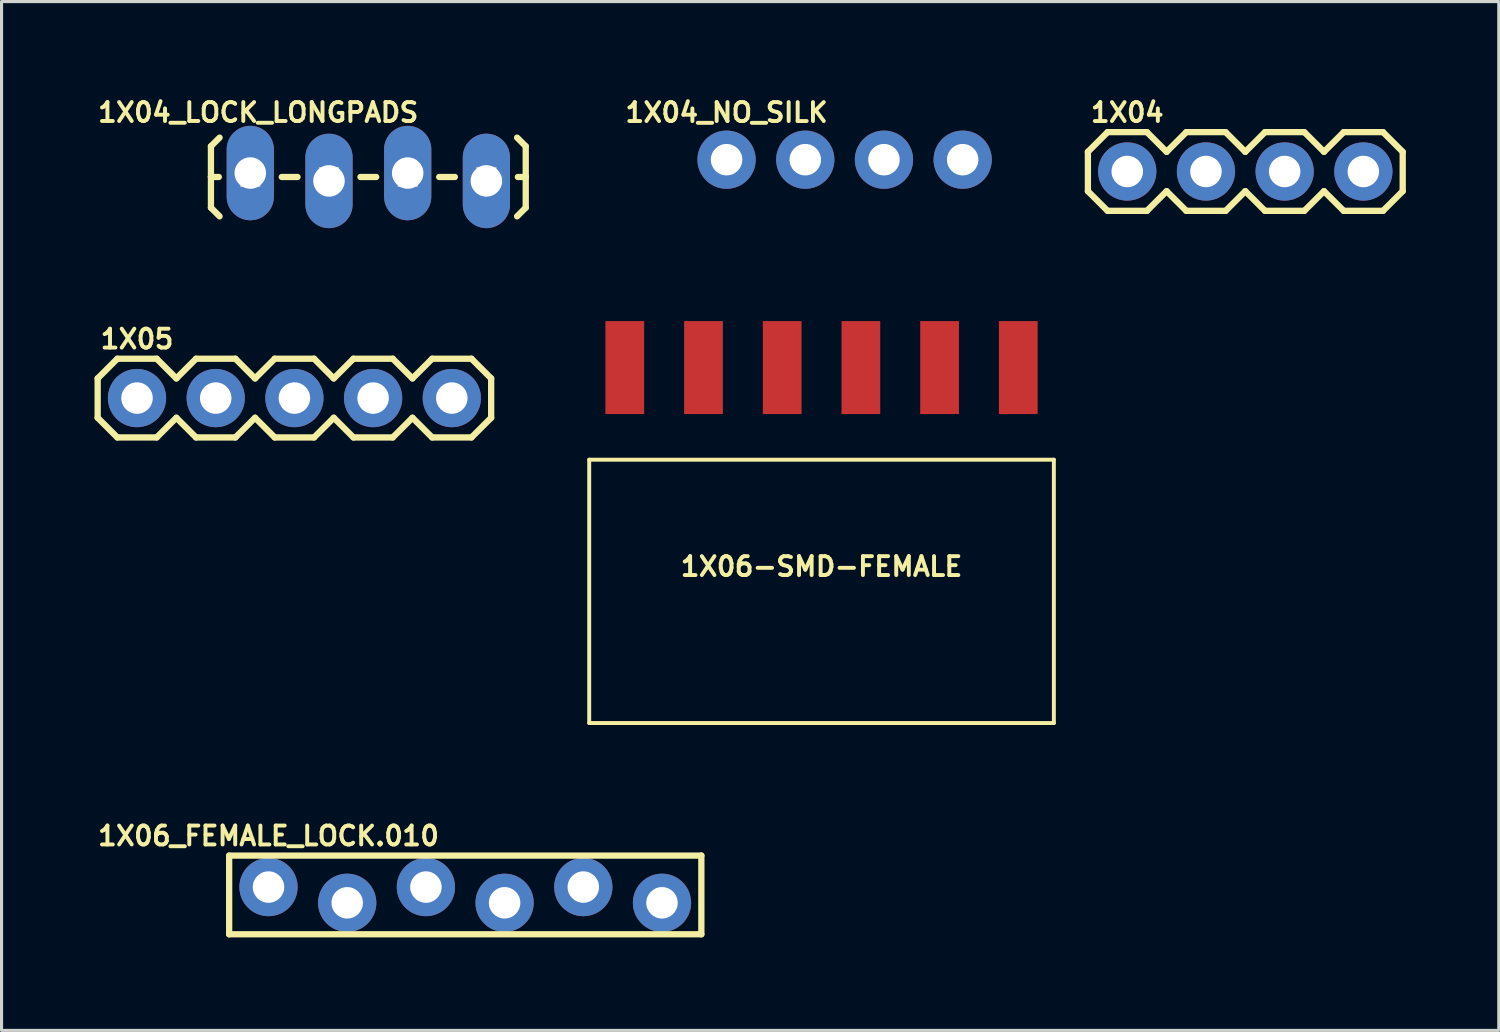
<source format=kicad_pcb>
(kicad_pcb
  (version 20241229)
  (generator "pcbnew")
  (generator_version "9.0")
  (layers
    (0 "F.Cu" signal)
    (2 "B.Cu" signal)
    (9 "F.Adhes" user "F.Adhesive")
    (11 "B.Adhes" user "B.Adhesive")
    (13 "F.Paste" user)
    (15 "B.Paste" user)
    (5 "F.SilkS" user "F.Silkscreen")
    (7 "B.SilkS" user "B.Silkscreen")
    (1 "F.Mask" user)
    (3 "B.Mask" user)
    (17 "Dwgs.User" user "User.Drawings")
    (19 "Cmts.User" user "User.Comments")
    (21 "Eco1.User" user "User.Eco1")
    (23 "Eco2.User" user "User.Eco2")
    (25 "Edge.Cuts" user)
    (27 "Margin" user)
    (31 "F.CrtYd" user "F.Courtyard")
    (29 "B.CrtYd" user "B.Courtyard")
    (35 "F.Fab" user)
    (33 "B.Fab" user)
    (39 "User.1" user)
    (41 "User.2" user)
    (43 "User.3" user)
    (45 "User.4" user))
  (footprint "1X06-SMD-FEMALE"
    (layer "F.Cu")
    (at 23.465 12.237)
    (property "Reference" "1X06-SMD-FEMALE" (at 0 2.997 0) (layer "F.SilkS") (effects (font (size 0.61 0.61) (thickness 0.127))))
    (attr smd)
    (fp_line (start -7.498 -0.45) (end -7.498 8.049) (stroke (width 0.127) (type solid)) (layer "F.SilkS"))
    (fp_line (start -7.498 8.049) (end 7.498 8.049) (stroke (width 0.127) (type solid)) (layer "F.SilkS"))
    (fp_line (start 7.498 -0.45) (end -7.498 -0.45) (stroke (width 0.127) (type solid)) (layer "F.SilkS"))
    (fp_line (start 7.498 8.049) (end 7.498 -0.45) (stroke (width 0.127) (type solid)) (layer "F.SilkS"))
    (pad "1" smd rect (at 6.35 -3.424 180) (size 1.25 3) (layers "F.Cu" "F.Mask" "F.Paste"))
    (pad "2" smd rect (at 3.81 -3.424 180) (size 1.25 3) (layers "F.Cu" "F.Mask" "F.Paste"))
    (pad "3" smd rect (at 1.27 -3.424 180) (size 1.25 3) (layers "F.Cu" "F.Mask" "F.Paste"))
    (pad "4" smd rect (at -1.27 -3.424 180) (size 1.25 3) (layers "F.Cu" "F.Mask" "F.Paste"))
    (pad "5" smd rect (at -3.81 -3.424 180) (size 1.25 3) (layers "F.Cu" "F.Mask" "F.Paste"))
    (pad "6" smd rect (at -6.35 -3.424 180) (size 1.25 3) (layers "F.Cu" "F.Mask" "F.Paste")))
  (footprint "1X04"
    (layer "F.Cu")
    (at 33.332 2.485)
    (property "Reference" "1X04" (at 0 -1.905 0) (layer "F.SilkS") (effects (font (size 0.61 0.61) (thickness 0.127))))
    (attr exclude_from_pos_files exclude_from_bom)
    (fp_line (start -1.27 -0.635) (end -1.27 0.635) (stroke (width 0.203) (type solid)) (layer "F.SilkS"))
    (fp_line (start -1.27 0.635) (end -0.635 1.27) (stroke (width 0.203) (type solid)) (layer "F.SilkS"))
    (fp_line (start -0.635 -1.27) (end -1.27 -0.635) (stroke (width 0.203) (type solid)) (layer "F.SilkS"))
    (fp_line (start -0.635 -1.27) (end 0.635 -1.27) (stroke (width 0.203) (type solid)) (layer "F.SilkS"))
    (fp_line (start 0.635 -1.27) (end 1.27 -0.635) (stroke (width 0.203) (type solid)) (layer "F.SilkS"))
    (fp_line (start 0.635 1.27) (end -0.635 1.27) (stroke (width 0.203) (type solid)) (layer "F.SilkS"))
    (fp_line (start 1.27 -0.635) (end 1.905 -1.27) (stroke (width 0.203) (type solid)) (layer "F.SilkS"))
    (fp_line (start 1.27 0.635) (end 0.635 1.27) (stroke (width 0.203) (type solid)) (layer "F.SilkS"))
    (fp_line (start 1.905 -1.27) (end 3.175 -1.27) (stroke (width 0.203) (type solid)) (layer "F.SilkS"))
    (fp_line (start 1.905 1.27) (end 1.27 0.635) (stroke (width 0.203) (type solid)) (layer "F.SilkS"))
    (fp_line (start 3.175 -1.27) (end 3.81 -0.635) (stroke (width 0.203) (type solid)) (layer "F.SilkS"))
    (fp_line (start 3.175 1.27) (end 1.905 1.27) (stroke (width 0.203) (type solid)) (layer "F.SilkS"))
    (fp_line (start 3.81 -0.635) (end 4.445 -1.27) (stroke (width 0.203) (type solid)) (layer "F.SilkS"))
    (fp_line (start 3.81 0.635) (end 3.175 1.27) (stroke (width 0.203) (type solid)) (layer "F.SilkS"))
    (fp_line (start 4.445 -1.27) (end 5.715 -1.27) (stroke (width 0.203) (type solid)) (layer "F.SilkS"))
    (fp_line (start 4.445 1.27) (end 3.81 0.635) (stroke (width 0.203) (type solid)) (layer "F.SilkS"))
    (fp_line (start 5.715 -1.27) (end 6.35 -0.635) (stroke (width 0.203) (type solid)) (layer "F.SilkS"))
    (fp_line (start 5.715 1.27) (end 4.445 1.27) (stroke (width 0.203) (type solid)) (layer "F.SilkS"))
    (fp_line (start 6.35 0.635) (end 5.715 1.27) (stroke (width 0.203) (type solid)) (layer "F.SilkS"))
    (fp_line (start 6.35 0.635) (end 6.985 1.27) (stroke (width 0.203) (type solid)) (layer "F.SilkS"))
    (fp_line (start 6.985 -1.27) (end 6.35 -0.635) (stroke (width 0.203) (type solid)) (layer "F.SilkS"))
    (fp_line (start 6.985 -1.27) (end 8.255 -1.27) (stroke (width 0.203) (type solid)) (layer "F.SilkS"))
    (fp_line (start 8.255 -1.27) (end 8.89 -0.635) (stroke (width 0.203) (type solid)) (layer "F.SilkS"))
    (fp_line (start 8.255 1.27) (end 6.985 1.27) (stroke (width 0.203) (type solid)) (layer "F.SilkS"))
    (fp_line (start 8.89 -0.635) (end 8.89 0.635) (stroke (width 0.203) (type solid)) (layer "F.SilkS"))
    (fp_line (start 8.89 0.635) (end 8.255 1.27) (stroke (width 0.203) (type solid)) (layer "F.SilkS"))
    (pad "1" thru_hole circle (at 0 0) (size 1.88 1.88) (drill 1.016) (layers "*.Cu" "*.Paste" "*.Mask"))
    (pad "2" thru_hole circle (at 2.54 0) (size 1.88 1.88) (drill 1.016) (layers "*.Cu" "*.Paste" "*.Mask"))
    (pad "3" thru_hole circle (at 5.08 0) (size 1.88 1.88) (drill 1.016) (layers "*.Cu" "*.Paste" "*.Mask"))
    (pad "4" thru_hole circle (at 7.62 0) (size 1.88 1.88) (drill 1.016) (layers "*.Cu" "*.Paste" "*.Mask")))
  (footprint "1X04_NO_SILK"
    (layer "F.Cu")
    (at 20.4 2.104)
    (property "Reference" "1X04_NO_SILK" (at 0 -1.524 0) (layer "F.SilkS") (effects (font (size 0.61 0.61) (thickness 0.127))))
    (attr exclude_from_pos_files exclude_from_bom)
    (pad "1" thru_hole circle (at 0 0) (size 1.88 1.88) (drill 1.016) (layers "*.Cu" "*.Paste" "*.Mask"))
    (pad "2" thru_hole circle (at 2.54 0) (size 1.88 1.88) (drill 1.016) (layers "*.Cu" "*.Paste" "*.Mask"))
    (pad "3" thru_hole circle (at 5.08 0) (size 1.88 1.88) (drill 1.016) (layers "*.Cu" "*.Paste" "*.Mask"))
    (pad "4" thru_hole circle (at 7.62 0) (size 1.88 1.88) (drill 1.016) (layers "*.Cu" "*.Paste" "*.Mask")))
  (footprint "1X05"
    (layer "F.Cu")
    (at 1.372 9.798)
    (property "Reference" "1X05" (at 0 -1.905 0) (layer "F.SilkS") (effects (font (size 0.61 0.61) (thickness 0.127))))
    (attr exclude_from_pos_files exclude_from_bom)
    (fp_line (start -1.27 -0.635) (end -1.27 0.635) (stroke (width 0.203) (type solid)) (layer "F.SilkS"))
    (fp_line (start -1.27 0.635) (end -0.635 1.27) (stroke (width 0.203) (type solid)) (layer "F.SilkS"))
    (fp_line (start -0.635 -1.27) (end -1.27 -0.635) (stroke (width 0.203) (type solid)) (layer "F.SilkS"))
    (fp_line (start -0.635 -1.27) (end 0.635 -1.27) (stroke (width 0.203) (type solid)) (layer "F.SilkS"))
    (fp_line (start 0.635 -1.27) (end 1.27 -0.635) (stroke (width 0.203) (type solid)) (layer "F.SilkS"))
    (fp_line (start 0.635 1.27) (end -0.635 1.27) (stroke (width 0.203) (type solid)) (layer "F.SilkS"))
    (fp_line (start 1.27 -0.635) (end 1.905 -1.27) (stroke (width 0.203) (type solid)) (layer "F.SilkS"))
    (fp_line (start 1.27 0.635) (end 0.635 1.27) (stroke (width 0.203) (type solid)) (layer "F.SilkS"))
    (fp_line (start 1.905 -1.27) (end 3.175 -1.27) (stroke (width 0.203) (type solid)) (layer "F.SilkS"))
    (fp_line (start 1.905 1.27) (end 1.27 0.635) (stroke (width 0.203) (type solid)) (layer "F.SilkS"))
    (fp_line (start 3.175 -1.27) (end 3.81 -0.635) (stroke (width 0.203) (type solid)) (layer "F.SilkS"))
    (fp_line (start 3.175 1.27) (end 1.905 1.27) (stroke (width 0.203) (type solid)) (layer "F.SilkS"))
    (fp_line (start 3.81 -0.635) (end 4.445 -1.27) (stroke (width 0.203) (type solid)) (layer "F.SilkS"))
    (fp_line (start 3.81 0.635) (end 3.175 1.27) (stroke (width 0.203) (type solid)) (layer "F.SilkS"))
    (fp_line (start 4.445 -1.27) (end 5.715 -1.27) (stroke (width 0.203) (type solid)) (layer "F.SilkS"))
    (fp_line (start 4.445 1.27) (end 3.81 0.635) (stroke (width 0.203) (type solid)) (layer "F.SilkS"))
    (fp_line (start 5.715 -1.27) (end 6.35 -0.635) (stroke (width 0.203) (type solid)) (layer "F.SilkS"))
    (fp_line (start 5.715 1.27) (end 4.445 1.27) (stroke (width 0.203) (type solid)) (layer "F.SilkS"))
    (fp_line (start 6.35 0.635) (end 5.715 1.27) (stroke (width 0.203) (type solid)) (layer "F.SilkS"))
    (fp_line (start 6.35 0.635) (end 6.985 1.27) (stroke (width 0.203) (type solid)) (layer "F.SilkS"))
    (fp_line (start 6.985 -1.27) (end 6.35 -0.635) (stroke (width 0.203) (type solid)) (layer "F.SilkS"))
    (fp_line (start 6.985 -1.27) (end 8.255 -1.27) (stroke (width 0.203) (type solid)) (layer "F.SilkS"))
    (fp_line (start 8.255 -1.27) (end 8.89 -0.635) (stroke (width 0.203) (type solid)) (layer "F.SilkS"))
    (fp_line (start 8.255 1.27) (end 6.985 1.27) (stroke (width 0.203) (type solid)) (layer "F.SilkS"))
    (fp_line (start 8.89 -0.635) (end 9.525 -1.27) (stroke (width 0.203) (type solid)) (layer "F.SilkS"))
    (fp_line (start 8.89 0.635) (end 8.255 1.27) (stroke (width 0.203) (type solid)) (layer "F.SilkS"))
    (fp_line (start 9.525 -1.27) (end 10.795 -1.27) (stroke (width 0.203) (type solid)) (layer "F.SilkS"))
    (fp_line (start 9.525 1.27) (end 8.89 0.635) (stroke (width 0.203) (type solid)) (layer "F.SilkS"))
    (fp_line (start 10.795 -1.27) (end 11.43 -0.635) (stroke (width 0.203) (type solid)) (layer "F.SilkS"))
    (fp_line (start 10.795 1.27) (end 9.525 1.27) (stroke (width 0.203) (type solid)) (layer "F.SilkS"))
    (fp_line (start 11.43 -0.635) (end 11.43 0.635) (stroke (width 0.203) (type solid)) (layer "F.SilkS"))
    (fp_line (start 11.43 0.635) (end 10.795 1.27) (stroke (width 0.203) (type solid)) (layer "F.SilkS"))
    (pad "1" thru_hole circle (at 0 0) (size 1.88 1.88) (drill 1.016) (layers "*.Cu" "*.Paste" "*.Mask"))
    (pad "2" thru_hole circle (at 2.54 0) (size 1.88 1.88) (drill 1.016) (layers "*.Cu" "*.Paste" "*.Mask"))
    (pad "3" thru_hole circle (at 5.08 0) (size 1.88 1.88) (drill 1.016) (layers "*.Cu" "*.Paste" "*.Mask"))
    (pad "4" thru_hole circle (at 7.62 0) (size 1.88 1.88) (drill 1.016) (layers "*.Cu" "*.Paste" "*.Mask"))
    (pad "5" thru_hole circle (at 10.16 0) (size 1.88 1.88) (drill 1.016) (layers "*.Cu" "*.Paste" "*.Mask")))
  (footprint "1X04_LOCK_LONGPADS"
    (layer "F.Cu")
    (at 5.028 2.535)
    (property "Reference" "1X04_LOCK_LONGPADS" (at 0.254 -1.956 0) (layer "F.SilkS") (effects (font (size 0.61 0.61) (thickness 0.127))))
    (attr exclude_from_pos_files exclude_from_bom)
    (fp_line (start -1.27 -0.864) (end -0.991 -1.143) (stroke (width 0.203) (type solid)) (layer "F.SilkS"))
    (fp_line (start -1.27 0.127) (end -1.27 -0.864) (stroke (width 0.203) (type solid)) (layer "F.SilkS"))
    (fp_line (start -1.27 0.127) (end -1.27 1.118) (stroke (width 0.203) (type solid)) (layer "F.SilkS"))
    (fp_line (start -1.27 0.127) (end -1.016 0.127) (stroke (width 0.203) (type solid)) (layer "F.SilkS"))
    (fp_line (start -1.27 1.118) (end -0.991 1.397) (stroke (width 0.203) (type solid)) (layer "F.SilkS"))
    (fp_line (start 1.524 0.127) (end 1.016 0.127) (stroke (width 0.203) (type solid)) (layer "F.SilkS"))
    (fp_line (start 4.064 0.127) (end 3.556 0.127) (stroke (width 0.203) (type solid)) (layer "F.SilkS"))
    (fp_line (start 6.604 0.127) (end 6.096 0.127) (stroke (width 0.203) (type solid)) (layer "F.SilkS"))
    (fp_line (start 8.89 -0.864) (end 8.611 -1.143) (stroke (width 0.203) (type solid)) (layer "F.SilkS"))
    (fp_line (start 8.89 0.127) (end 8.636 0.127) (stroke (width 0.203) (type solid)) (layer "F.SilkS"))
    (fp_line (start 8.89 0.127) (end 8.89 -0.864) (stroke (width 0.203) (type solid)) (layer "F.SilkS"))
    (fp_line (start 8.89 0.127) (end 8.89 1.118) (stroke (width 0.203) (type solid)) (layer "F.SilkS"))
    (fp_line (start 8.89 1.118) (end 8.611 1.397) (stroke (width 0.203) (type solid)) (layer "F.SilkS"))
    (fp_line (start -0.292 -0.165) (end 0.292 -0.165) (stroke (width 0.066) (type solid)) (layer "Dwgs.User"))
    (fp_line (start -0.292 0.419) (end -0.292 -0.165) (stroke (width 0.066) (type solid)) (layer "Dwgs.User"))
    (fp_line (start -0.292 0.419) (end 0.292 0.419) (stroke (width 0.066) (type solid)) (layer "Dwgs.User"))
    (fp_line (start 0.292 0.419) (end 0.292 -0.165) (stroke (width 0.066) (type solid)) (layer "Dwgs.User"))
    (fp_line (start 2.248 -0.165) (end 2.832 -0.165) (stroke (width 0.066) (type solid)) (layer "Dwgs.User"))
    (fp_line (start 2.248 0.419) (end 2.248 -0.165) (stroke (width 0.066) (type solid)) (layer "Dwgs.User"))
    (fp_line (start 2.248 0.419) (end 2.832 0.419) (stroke (width 0.066) (type solid)) (layer "Dwgs.User"))
    (fp_line (start 2.832 0.419) (end 2.832 -0.165) (stroke (width 0.066) (type solid)) (layer "Dwgs.User"))
    (fp_line (start 4.788 -0.165) (end 5.372 -0.165) (stroke (width 0.066) (type solid)) (layer "Dwgs.User"))
    (fp_line (start 4.788 0.419) (end 4.788 -0.165) (stroke (width 0.066) (type solid)) (layer "Dwgs.User"))
    (fp_line (start 4.788 0.419) (end 5.372 0.419) (stroke (width 0.066) (type solid)) (layer "Dwgs.User"))
    (fp_line (start 5.372 0.419) (end 5.372 -0.165) (stroke (width 0.066) (type solid)) (layer "Dwgs.User"))
    (fp_line (start 7.328 -0.165) (end 7.912 -0.165) (stroke (width 0.066) (type solid)) (layer "Dwgs.User"))
    (fp_line (start 7.328 0.419) (end 7.328 -0.165) (stroke (width 0.066) (type solid)) (layer "Dwgs.User"))
    (fp_line (start 7.328 0.419) (end 7.912 0.419) (stroke (width 0.066) (type solid)) (layer "Dwgs.User"))
    (fp_line (start 7.912 0.419) (end 7.912 -0.165) (stroke (width 0.066) (type solid)) (layer "Dwgs.User"))
    (pad "1" thru_hole oval (at 0 0 180) (size 1.524 3.048) (drill 1.016) (layers "*.Cu" "*.Paste" "*.Mask"))
    (pad "2" thru_hole oval (at 2.54 0.254 180) (size 1.524 3.048) (drill 1.016) (layers "*.Cu" "*.Paste" "*.Mask"))
    (pad "3" thru_hole oval (at 5.08 0 180) (size 1.524 3.048) (drill 1.016) (layers "*.Cu" "*.Paste" "*.Mask"))
    (pad "4" thru_hole oval (at 7.62 0.254 180) (size 1.524 3.048) (drill 1.016) (layers "*.Cu" "*.Paste" "*.Mask")))
  (footprint "1X06_FEMALE_LOCK.010"
    (layer "F.Cu")
    (at 5.616 25.834)
    (property "Reference" "1X06_FEMALE_LOCK.010" (at 0 -1.905 0) (layer "F.SilkS") (effects (font (size 0.61 0.61) (thickness 0.127))))
    (attr exclude_from_pos_files exclude_from_bom)
    (fp_line (start -1.27 -1.27) (end -1.27 1.27) (stroke (width 0.203) (type solid)) (layer "F.SilkS"))
    (fp_line (start -1.27 -1.27) (end 13.97 -1.27) (stroke (width 0.203) (type solid)) (layer "F.SilkS"))
    (fp_line (start 13.97 -1.27) (end 13.97 1.27) (stroke (width 0.203) (type solid)) (layer "F.SilkS"))
    (fp_line (start 13.97 1.27) (end -1.27 1.27) (stroke (width 0.203) (type solid)) (layer "F.SilkS"))
    (pad "1" thru_hole circle (at 0 -0.254) (size 1.88 1.88) (drill 1.016) (layers "*.Cu" "*.Paste" "*.Mask"))
    (pad "2" thru_hole circle (at 2.54 0.254) (size 1.88 1.88) (drill 1.016) (layers "*.Cu" "*.Paste" "*.Mask"))
    (pad "3" thru_hole circle (at 5.08 -0.254) (size 1.88 1.88) (drill 1.016) (layers "*.Cu" "*.Paste" "*.Mask"))
    (pad "4" thru_hole circle (at 7.62 0.254) (size 1.88 1.88) (drill 1.016) (layers "*.Cu" "*.Paste" "*.Mask"))
    (pad "5" thru_hole circle (at 10.16 -0.254) (size 1.88 1.88) (drill 1.016) (layers "*.Cu" "*.Paste" "*.Mask"))
    (pad "6" thru_hole circle (at 12.7 0.254) (size 1.88 1.88) (drill 1.016) (layers "*.Cu" "*.Paste" "*.Mask")))
  (gr_rect
    (start -3 -3)
    (end 45.323 30.206)
    (stroke (width 0.1) (type default))
    (fill no)
    (layer "Edge.Cuts")))
</source>
